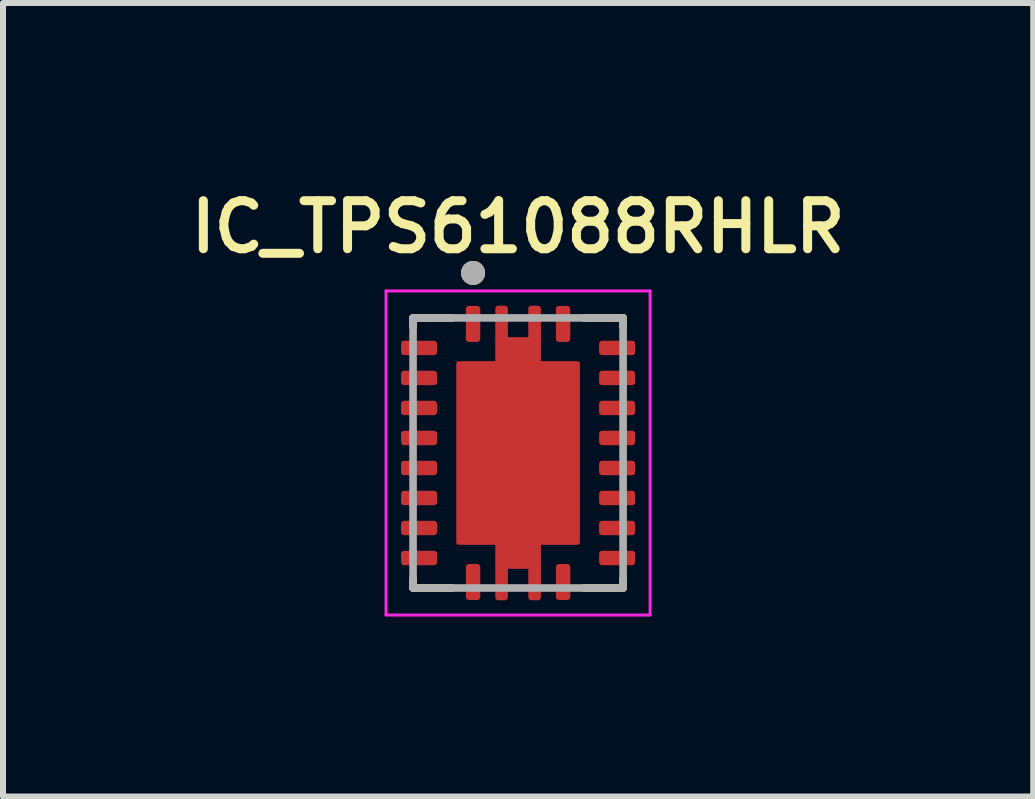
<source format=kicad_pcb>
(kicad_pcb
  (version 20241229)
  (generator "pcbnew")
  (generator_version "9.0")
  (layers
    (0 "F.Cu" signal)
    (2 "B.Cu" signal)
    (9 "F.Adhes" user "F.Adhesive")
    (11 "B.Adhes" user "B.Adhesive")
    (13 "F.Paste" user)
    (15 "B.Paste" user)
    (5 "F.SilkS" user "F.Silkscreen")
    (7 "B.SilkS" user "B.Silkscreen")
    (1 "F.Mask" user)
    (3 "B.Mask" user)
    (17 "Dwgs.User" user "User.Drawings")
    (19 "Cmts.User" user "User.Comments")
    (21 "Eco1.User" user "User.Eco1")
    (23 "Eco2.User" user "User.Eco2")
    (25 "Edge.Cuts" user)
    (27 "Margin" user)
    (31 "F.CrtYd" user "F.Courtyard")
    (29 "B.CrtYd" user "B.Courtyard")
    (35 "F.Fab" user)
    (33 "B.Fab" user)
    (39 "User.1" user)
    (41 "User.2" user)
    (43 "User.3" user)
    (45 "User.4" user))
  (footprint "IC_TPS61088RHLR"
    (layer "F.Cu")
    (at 5.583 4.498)
    (property "Reference" "IC_TPS61088RHLR" (at 0 -3.766 0) (layer "F.SilkS") (effects (font (size 0.801 0.801) (thickness 0.15))))
    (attr smd)
    (fp_poly (pts (xy -0.477 -1.627) (xy -0.477 -2.4) (xy -0.477 -2.408) (xy -0.476 -2.416) (xy -0.475 -2.424) (xy -0.474 -2.432) (xy -0.472 -2.439) (xy -0.47 -2.447) (xy -0.467 -2.454) (xy -0.464 -2.462) (xy -0.46 -2.469) (xy -0.457 -2.476) (xy -0.452 -2.483) (xy -0.448 -2.489) (xy -0.443 -2.496) (xy -0.438 -2.502) (xy -0.432 -2.507) (xy -0.427 -2.513) (xy -0.421 -2.518) (xy -0.414 -2.523) (xy -0.408 -2.527) (xy -0.401 -2.532) (xy -0.394 -2.535) (xy -0.387 -2.539) (xy -0.379 -2.542) (xy -0.372 -2.545) (xy -0.364 -2.547) (xy -0.357 -2.549) (xy -0.349 -2.55) (xy -0.341 -2.551) (xy -0.333 -2.552) (xy -0.325 -2.552) (xy -0.225 -2.552) (xy -0.217 -2.552) (xy -0.209 -2.551) (xy -0.201 -2.55) (xy -0.193 -2.549) (xy -0.186 -2.547) (xy -0.178 -2.545) (xy -0.171 -2.542) (xy -0.163 -2.539) (xy -0.156 -2.535) (xy -0.149 -2.532) (xy -0.142 -2.527) (xy -0.136 -2.523) (xy -0.129 -2.518) (xy -0.123 -2.513) (xy -0.118 -2.507) (xy -0.112 -2.502) (xy -0.107 -2.496) (xy -0.102 -2.489) (xy -0.098 -2.483) (xy -0.093 -2.476) (xy -0.09 -2.469) (xy -0.086 -2.462) (xy -0.083 -2.454) (xy -0.08 -2.447) (xy -0.078 -2.439) (xy -0.076 -2.432) (xy -0.075 -2.424) (xy -0.074 -2.416) (xy -0.073 -2.408) (xy -0.073 -2.4) (xy -0.073 -2.027) (xy 0.072 -2.027) (xy 0.073 -2.027) (xy 0.073 -2.402) (xy 0.073 -2.41) (xy 0.074 -2.418) (xy 0.075 -2.425) (xy 0.076 -2.433) (xy 0.078 -2.441) (xy 0.08 -2.448) (xy 0.083 -2.456) (xy 0.086 -2.463) (xy 0.089 -2.47) (xy 0.093 -2.477) (xy 0.097 -2.484) (xy 0.102 -2.49) (xy 0.106 -2.496) (xy 0.112 -2.502) (xy 0.117 -2.508) (xy 0.123 -2.513) (xy 0.129 -2.519) (xy 0.135 -2.523) (xy 0.141 -2.528) (xy 0.148 -2.532) (xy 0.155 -2.536) (xy 0.162 -2.539) (xy 0.169 -2.542) (xy 0.177 -2.545) (xy 0.184 -2.547) (xy 0.192 -2.549) (xy 0.2 -2.55) (xy 0.207 -2.551) (xy 0.215 -2.552) (xy 0.223 -2.552) (xy 0.326 -2.552) (xy 0.334 -2.552) (xy 0.342 -2.551) (xy 0.35 -2.55) (xy 0.357 -2.549) (xy 0.365 -2.547) (xy 0.373 -2.545) (xy 0.38 -2.542) (xy 0.387 -2.539) (xy 0.395 -2.536) (xy 0.401 -2.532) (xy 0.408 -2.528) (xy 0.415 -2.523) (xy 0.421 -2.518) (xy 0.427 -2.513) (xy 0.433 -2.508) (xy 0.438 -2.502) (xy 0.443 -2.496) (xy 0.448 -2.49) (xy 0.453 -2.483) (xy 0.457 -2.476) (xy 0.461 -2.47) (xy 0.464 -2.462) (xy 0.467 -2.455) (xy 0.47 -2.448) (xy 0.472 -2.44) (xy 0.474 -2.432) (xy 0.475 -2.425) (xy 0.476 -2.417) (xy 0.477 -2.409) (xy 0.477 -2.401) (xy 0.477 -1.627) (xy 0.975 -1.627) (xy 0.983 -1.627) (xy 0.991 -1.626) (xy 0.999 -1.625) (xy 1.007 -1.624) (xy 1.014 -1.622) (xy 1.022 -1.62) (xy 1.029 -1.617) (xy 1.037 -1.614) (xy 1.044 -1.61) (xy 1.051 -1.607) (xy 1.058 -1.602) (xy 1.064 -1.598) (xy 1.071 -1.593) (xy 1.077 -1.588) (xy 1.082 -1.582) (xy 1.088 -1.577) (xy 1.093 -1.571) (xy 1.098 -1.564) (xy 1.102 -1.558) (xy 1.107 -1.551) (xy 1.11 -1.544) (xy 1.114 -1.537) (xy 1.117 -1.529) (xy 1.12 -1.522) (xy 1.122 -1.514) (xy 1.124 -1.507) (xy 1.125 -1.499) (xy 1.126 -1.491) (xy 1.127 -1.483) (xy 1.127 -1.475) (xy 1.127 1.476) (xy 1.127 1.484) (xy 1.126 1.492) (xy 1.125 1.499) (xy 1.124 1.507) (xy 1.122 1.515) (xy 1.12 1.522) (xy 1.117 1.53) (xy 1.114 1.537) (xy 1.111 1.544) (xy 1.107 1.551) (xy 1.103 1.558) (xy 1.098 1.564) (xy 1.094 1.57) (xy 1.088 1.576) (xy 1.083 1.582) (xy 1.077 1.587) (xy 1.071 1.593) (xy 1.065 1.597) (xy 1.059 1.602) (xy 1.052 1.606) (xy 1.045 1.61) (xy 1.038 1.613) (xy 1.031 1.616) (xy 1.023 1.619) (xy 1.016 1.621) (xy 1.008 1.623) (xy 1 1.624) (xy 0.993 1.625) (xy 0.985 1.626) (xy 0.977 1.626) (xy 0.478 1.626) (xy 0.477 1.626) (xy 0.477 1.627) (xy 0.477 2.401) (xy 0.477 2.409) (xy 0.476 2.417) (xy 0.475 2.424) (xy 0.474 2.432) (xy 0.472 2.44) (xy 0.47 2.447) (xy 0.467 2.455) (xy 0.464 2.462) (xy 0.461 2.469) (xy 0.457 2.476) (xy 0.453 2.483) (xy 0.448 2.489) (xy 0.444 2.495) (xy 0.438 2.501) (xy 0.433 2.507) (xy 0.427 2.512) (xy 0.421 2.518) (xy 0.415 2.522) (xy 0.409 2.527) (xy 0.402 2.531) (xy 0.395 2.535) (xy 0.388 2.538) (xy 0.381 2.541) (xy 0.373 2.544) (xy 0.366 2.546) (xy 0.358 2.548) (xy 0.35 2.549) (xy 0.343 2.55) (xy 0.335 2.551) (xy 0.327 2.551) (xy 0.222 2.551) (xy 0.214 2.551) (xy 0.206 2.55) (xy 0.199 2.549) (xy 0.191 2.548) (xy 0.183 2.546) (xy 0.176 2.544) (xy 0.169 2.541) (xy 0.161 2.538) (xy 0.154 2.535) (xy 0.147 2.531) (xy 0.141 2.527) (xy 0.134 2.523) (xy 0.128 2.518) (xy 0.122 2.513) (xy 0.117 2.507) (xy 0.111 2.502) (xy 0.106 2.496) (xy 0.101 2.49) (xy 0.097 2.483) (xy 0.093 2.477) (xy 0.089 2.47) (xy 0.086 2.463) (xy 0.083 2.455) (xy 0.08 2.448) (xy 0.078 2.441) (xy 0.076 2.433) (xy 0.075 2.425) (xy 0.074 2.418) (xy 0.073 2.41) (xy 0.073 2.402) (xy 0.073 2.027) (xy -0.072 2.027) (xy -0.073 2.027) (xy -0.073 2.028) (xy -0.073 2.401) (xy -0.073 2.409) (xy -0.074 2.417) (xy -0.075 2.424) (xy -0.076 2.432) (xy -0.078 2.44) (xy -0.08 2.447) (xy -0.083 2.455) (xy -0.086 2.462) (xy -0.089 2.469) (xy -0.093 2.476) (xy -0.097 2.483) (xy -0.102 2.489) (xy -0.106 2.495) (xy -0.112 2.501) (xy -0.117 2.507) (xy -0.123 2.512) (xy -0.129 2.518) (xy -0.135 2.522) (xy -0.141 2.527) (xy -0.148 2.531) (xy -0.155 2.535) (xy -0.162 2.538) (xy -0.169 2.541) (xy -0.177 2.544) (xy -0.184 2.546) (xy -0.192 2.548) (xy -0.2 2.549) (xy -0.207 2.55) (xy -0.215 2.551) (xy -0.223 2.551) (xy -0.329 2.551) (xy -0.337 2.551) (xy -0.344 2.55) (xy -0.352 2.549) (xy -0.36 2.548) (xy -0.367 2.546) (xy -0.375 2.544) (xy -0.382 2.541) (xy -0.389 2.538) (xy -0.396 2.535) (xy -0.403 2.531) (xy -0.41 2.527) (xy -0.416 2.523) (xy -0.422 2.518) (xy -0.428 2.513) (xy -0.434 2.508) (xy -0.439 2.502) (xy -0.444 2.496) (xy -0.449 2.49) (xy -0.453 2.484) (xy -0.457 2.477) (xy -0.461 2.47) (xy -0.464 2.463) (xy -0.467 2.456) (xy -0.47 2.449) (xy -0.472 2.441) (xy -0.474 2.434) (xy -0.475 2.426) (xy -0.476 2.418) (xy -0.477 2.411) (xy -0.477 2.403) (xy -0.477 1.627) (xy -0.975 1.627) (xy -0.983 1.627) (xy -0.991 1.626) (xy -0.999 1.625) (xy -1.007 1.624) (xy -1.014 1.622) (xy -1.022 1.62) (xy -1.029 1.617) (xy -1.037 1.614) (xy -1.044 1.61) (xy -1.051 1.607) (xy -1.058 1.602) (xy -1.064 1.598) (xy -1.071 1.593) (xy -1.077 1.588) (xy -1.082 1.582) (xy -1.088 1.577) (xy -1.093 1.571) (xy -1.098 1.564) (xy -1.102 1.558) (xy -1.107 1.551) (xy -1.11 1.544) (xy -1.114 1.537) (xy -1.117 1.529) (xy -1.12 1.522) (xy -1.122 1.514) (xy -1.124 1.507) (xy -1.125 1.499) (xy -1.126 1.491) (xy -1.127 1.483) (xy -1.127 1.475) (xy -1.127 -1.474) (xy -1.127 -1.482) (xy -1.126 -1.49) (xy -1.125 -1.498) (xy -1.124 -1.506) (xy -1.122 -1.513) (xy -1.12 -1.521) (xy -1.117 -1.528) (xy -1.114 -1.536) (xy -1.11 -1.543) (xy -1.107 -1.55) (xy -1.102 -1.557) (xy -1.098 -1.563) (xy -1.093 -1.57) (xy -1.088 -1.576) (xy -1.082 -1.581) (xy -1.077 -1.587) (xy -1.071 -1.592) (xy -1.064 -1.597) (xy -1.058 -1.601) (xy -1.051 -1.606) (xy -1.044 -1.609) (xy -1.037 -1.613) (xy -1.029 -1.616) (xy -1.022 -1.619) (xy -1.014 -1.621) (xy -1.007 -1.623) (xy -0.999 -1.624) (xy -0.991 -1.625) (xy -0.983 -1.626) (xy -0.975 -1.626) (xy -0.478 -1.626) (xy -0.477 -1.626) (xy -0.477 -1.627)) (stroke (width 0.01) (type solid)) (fill yes) (layer "F.Mask"))
    (fp_line (start -1.75 -2.25) (end -1.1 -2.25) (stroke (width 0.127) (type solid)) (layer "F.SilkS"))
    (fp_line (start -1.75 -2.1) (end -1.75 -2.25) (stroke (width 0.127) (type solid)) (layer "F.SilkS"))
    (fp_line (start -1.75 2.1) (end -1.75 2.25) (stroke (width 0.127) (type solid)) (layer "F.SilkS"))
    (fp_line (start -1.75 2.25) (end -1.1 2.25) (stroke (width 0.127) (type solid)) (layer "F.SilkS"))
    (fp_line (start 1.1 -2.25) (end 1.75 -2.25) (stroke (width 0.127) (type solid)) (layer "F.SilkS"))
    (fp_line (start 1.1 2.25) (end 1.75 2.25) (stroke (width 0.127) (type solid)) (layer "F.SilkS"))
    (fp_line (start 1.75 -2.25) (end 1.75 -2.1) (stroke (width 0.127) (type solid)) (layer "F.SilkS"))
    (fp_line (start 1.75 2.25) (end 1.75 2.1) (stroke (width 0.127) (type solid)) (layer "F.SilkS"))
    (fp_circle (center -0.75 -3) (end -0.65 -3) (stroke (width 0.2) (type solid)) (fill no) (layer "F.SilkS"))
    (fp_poly (pts (xy -1.02 -0.625) (xy -0.1 -0.625) (xy -0.1 -1.475) (xy -1.02 -1.475)) (stroke (width 0.01) (type solid)) (fill yes) (layer "F.Paste"))
    (fp_poly (pts (xy -1.02 0.425) (xy -0.1 0.425) (xy -0.1 -0.425) (xy -1.02 -0.425)) (stroke (width 0.01) (type solid)) (fill yes) (layer "F.Paste"))
    (fp_poly (pts (xy -1.02 1.475) (xy -0.1 1.475) (xy -0.1 0.625) (xy -1.02 0.625)) (stroke (width 0.01) (type solid)) (fill yes) (layer "F.Paste"))
    (fp_poly (pts (xy 0.1 -0.625) (xy 1.02 -0.625) (xy 1.02 -1.475) (xy 0.1 -1.475)) (stroke (width 0.01) (type solid)) (fill yes) (layer "F.Paste"))
    (fp_poly (pts (xy 0.1 0.425) (xy 1.02 0.425) (xy 1.02 -0.425) (xy 0.1 -0.425)) (stroke (width 0.01) (type solid)) (fill yes) (layer "F.Paste"))
    (fp_poly (pts (xy 0.1 1.475) (xy 1.02 1.475) (xy 1.02 0.625) (xy 0.1 0.625)) (stroke (width 0.01) (type solid)) (fill yes) (layer "F.Paste"))
    (fp_poly (pts (xy -0.375 -1.675) (xy -0.375 -2.4) (xy -0.375 -2.403) (xy -0.375 -2.405) (xy -0.374 -2.408) (xy -0.374 -2.41) (xy -0.373 -2.413) (xy -0.373 -2.415) (xy -0.372 -2.418) (xy -0.371 -2.42) (xy -0.37 -2.423) (xy -0.368 -2.425) (xy -0.367 -2.427) (xy -0.365 -2.429) (xy -0.364 -2.431) (xy -0.362 -2.433) (xy -0.36 -2.435) (xy -0.358 -2.437) (xy -0.356 -2.439) (xy -0.354 -2.44) (xy -0.352 -2.442) (xy -0.35 -2.443) (xy -0.348 -2.445) (xy -0.345 -2.446) (xy -0.343 -2.447) (xy -0.34 -2.448) (xy -0.338 -2.448) (xy -0.335 -2.449) (xy -0.333 -2.449) (xy -0.33 -2.45) (xy -0.328 -2.45) (xy -0.325 -2.45) (xy -0.225 -2.45) (xy -0.222 -2.45) (xy -0.22 -2.45) (xy -0.217 -2.449) (xy -0.215 -2.449) (xy -0.212 -2.448) (xy -0.21 -2.448) (xy -0.207 -2.447) (xy -0.205 -2.446) (xy -0.202 -2.445) (xy -0.2 -2.443) (xy -0.198 -2.442) (xy -0.196 -2.44) (xy -0.194 -2.439) (xy -0.192 -2.437) (xy -0.19 -2.435) (xy -0.188 -2.433) (xy -0.186 -2.431) (xy -0.185 -2.429) (xy -0.183 -2.427) (xy -0.182 -2.425) (xy -0.18 -2.423) (xy -0.179 -2.42) (xy -0.178 -2.418) (xy -0.177 -2.415) (xy -0.177 -2.413) (xy -0.176 -2.41) (xy -0.176 -2.408) (xy -0.175 -2.405) (xy -0.175 -2.403) (xy -0.175 -2.4) (xy -0.175 -1.925) (xy 0.175 -1.925) (xy 0.175 -2.4) (xy 0.175 -2.403) (xy 0.175 -2.405) (xy 0.176 -2.408) (xy 0.176 -2.41) (xy 0.177 -2.413) (xy 0.177 -2.415) (xy 0.178 -2.418) (xy 0.179 -2.42) (xy 0.18 -2.423) (xy 0.182 -2.425) (xy 0.183 -2.427) (xy 0.185 -2.429) (xy 0.186 -2.431) (xy 0.188 -2.433) (xy 0.19 -2.435) (xy 0.192 -2.437) (xy 0.194 -2.439) (xy 0.196 -2.44) (xy 0.198 -2.442) (xy 0.2 -2.443) (xy 0.202 -2.445) (xy 0.205 -2.446) (xy 0.207 -2.447) (xy 0.21 -2.448) (xy 0.212 -2.448) (xy 0.215 -2.449) (xy 0.217 -2.449) (xy 0.22 -2.45) (xy 0.222 -2.45) (xy 0.225 -2.45) (xy 0.325 -2.45) (xy 0.328 -2.45) (xy 0.33 -2.45) (xy 0.333 -2.449) (xy 0.335 -2.449) (xy 0.338 -2.448) (xy 0.34 -2.448) (xy 0.343 -2.447) (xy 0.345 -2.446) (xy 0.348 -2.445) (xy 0.35 -2.443) (xy 0.352 -2.442) (xy 0.354 -2.44) (xy 0.356 -2.439) (xy 0.358 -2.437) (xy 0.36 -2.435) (xy 0.362 -2.433) (xy 0.364 -2.431) (xy 0.365 -2.429) (xy 0.367 -2.427) (xy 0.368 -2.425) (xy 0.37 -2.423) (xy 0.371 -2.42) (xy 0.372 -2.418) (xy 0.373 -2.415) (xy 0.373 -2.413) (xy 0.374 -2.41) (xy 0.374 -2.408) (xy 0.375 -2.405) (xy 0.375 -2.403) (xy 0.375 -2.4) (xy 0.375 -1.675) (xy -0.375 -1.675)) (stroke (width 0.01) (type solid)) (fill yes) (layer "F.Paste"))
    (fp_poly (pts (xy 0.375 1.675) (xy 0.375 2.4) (xy 0.375 2.403) (xy 0.375 2.405) (xy 0.374 2.408) (xy 0.374 2.41) (xy 0.373 2.413) (xy 0.373 2.415) (xy 0.372 2.418) (xy 0.371 2.42) (xy 0.37 2.423) (xy 0.368 2.425) (xy 0.367 2.427) (xy 0.365 2.429) (xy 0.364 2.431) (xy 0.362 2.433) (xy 0.36 2.435) (xy 0.358 2.437) (xy 0.356 2.439) (xy 0.354 2.44) (xy 0.352 2.442) (xy 0.35 2.443) (xy 0.348 2.445) (xy 0.345 2.446) (xy 0.343 2.447) (xy 0.34 2.448) (xy 0.338 2.448) (xy 0.335 2.449) (xy 0.333 2.449) (xy 0.33 2.45) (xy 0.328 2.45) (xy 0.325 2.45) (xy 0.225 2.45) (xy 0.222 2.45) (xy 0.22 2.45) (xy 0.217 2.449) (xy 0.215 2.449) (xy 0.212 2.448) (xy 0.21 2.448) (xy 0.207 2.447) (xy 0.205 2.446) (xy 0.202 2.445) (xy 0.2 2.443) (xy 0.198 2.442) (xy 0.196 2.44) (xy 0.194 2.439) (xy 0.192 2.437) (xy 0.19 2.435) (xy 0.188 2.433) (xy 0.186 2.431) (xy 0.185 2.429) (xy 0.183 2.427) (xy 0.182 2.425) (xy 0.18 2.423) (xy 0.179 2.42) (xy 0.178 2.418) (xy 0.177 2.415) (xy 0.177 2.413) (xy 0.176 2.41) (xy 0.176 2.408) (xy 0.175 2.405) (xy 0.175 2.403) (xy 0.175 2.4) (xy 0.175 1.925) (xy -0.175 1.925) (xy -0.175 2.4) (xy -0.175 2.403) (xy -0.175 2.405) (xy -0.176 2.408) (xy -0.176 2.41) (xy -0.177 2.413) (xy -0.177 2.415) (xy -0.178 2.418) (xy -0.179 2.42) (xy -0.18 2.423) (xy -0.182 2.425) (xy -0.183 2.427) (xy -0.185 2.429) (xy -0.186 2.431) (xy -0.188 2.433) (xy -0.19 2.435) (xy -0.192 2.437) (xy -0.194 2.439) (xy -0.196 2.44) (xy -0.198 2.442) (xy -0.2 2.443) (xy -0.202 2.445) (xy -0.205 2.446) (xy -0.207 2.447) (xy -0.21 2.448) (xy -0.212 2.448) (xy -0.215 2.449) (xy -0.217 2.449) (xy -0.22 2.45) (xy -0.222 2.45) (xy -0.225 2.45) (xy -0.325 2.45) (xy -0.328 2.45) (xy -0.33 2.45) (xy -0.333 2.449) (xy -0.335 2.449) (xy -0.338 2.448) (xy -0.34 2.448) (xy -0.343 2.447) (xy -0.345 2.446) (xy -0.348 2.445) (xy -0.35 2.443) (xy -0.352 2.442) (xy -0.354 2.44) (xy -0.356 2.439) (xy -0.358 2.437) (xy -0.36 2.435) (xy -0.362 2.433) (xy -0.364 2.431) (xy -0.365 2.429) (xy -0.367 2.427) (xy -0.368 2.425) (xy -0.37 2.423) (xy -0.371 2.42) (xy -0.372 2.418) (xy -0.373 2.415) (xy -0.373 2.413) (xy -0.374 2.41) (xy -0.374 2.408) (xy -0.375 2.405) (xy -0.375 2.403) (xy -0.375 2.4) (xy -0.375 1.675) (xy 0.375 1.675)) (stroke (width 0.01) (type solid)) (fill yes) (layer "F.Paste"))
    (fp_line (start -2.2 -2.7) (end -2.2 2.7) (stroke (width 0.05) (type solid)) (layer "F.CrtYd"))
    (fp_line (start -2.2 2.7) (end 2.2 2.7) (stroke (width 0.05) (type solid)) (layer "F.CrtYd"))
    (fp_line (start 2.2 -2.7) (end -2.2 -2.7) (stroke (width 0.05) (type solid)) (layer "F.CrtYd"))
    (fp_line (start 2.2 2.7) (end 2.2 -2.7) (stroke (width 0.05) (type solid)) (layer "F.CrtYd"))
    (fp_line (start -1.75 -2.25) (end 1.75 -2.25) (stroke (width 0.127) (type solid)) (layer "F.Fab"))
    (fp_line (start -1.75 2.25) (end -1.75 -2.25) (stroke (width 0.127) (type solid)) (layer "F.Fab"))
    (fp_line (start 1.75 -2.25) (end 1.75 2.25) (stroke (width 0.127) (type solid)) (layer "F.Fab"))
    (fp_line (start 1.75 2.25) (end -1.75 2.25) (stroke (width 0.127) (type solid)) (layer "F.Fab"))
    (fp_circle (center -0.75 -3) (end -0.65 -3) (stroke (width 0.2) (type solid)) (fill no) (layer "F.Fab"))
    (pad "1" smd roundrect (at -0.75 -2.15) (size 0.24 0.6) (layers "F.Cu" "F.Mask" "F.Paste") (roundrect_rratio 0.21))
    (pad "2" smd roundrect (at -1.65 -1.75) (size 0.6 0.24) (layers "F.Cu" "F.Mask" "F.Paste") (roundrect_rratio 0.21))
    (pad "3" smd roundrect (at -1.65 -1.25) (size 0.6 0.24) (layers "F.Cu" "F.Mask" "F.Paste") (roundrect_rratio 0.21))
    (pad "4" smd roundrect (at -1.65 -0.75) (size 0.6 0.24) (layers "F.Cu" "F.Mask" "F.Paste") (roundrect_rratio 0.21))
    (pad "5" smd roundrect (at -1.65 -0.25) (size 0.6 0.24) (layers "F.Cu" "F.Mask" "F.Paste") (roundrect_rratio 0.21))
    (pad "6" smd roundrect (at -1.65 0.25) (size 0.6 0.24) (layers "F.Cu" "F.Mask" "F.Paste") (roundrect_rratio 0.21))
    (pad "7" smd roundrect (at -1.65 0.75) (size 0.6 0.24) (layers "F.Cu" "F.Mask" "F.Paste") (roundrect_rratio 0.21))
    (pad "8" smd roundrect (at -1.65 1.25) (size 0.6 0.24) (layers "F.Cu" "F.Mask" "F.Paste") (roundrect_rratio 0.21))
    (pad "9" smd roundrect (at -1.65 1.75) (size 0.6 0.24) (layers "F.Cu" "F.Mask" "F.Paste") (roundrect_rratio 0.21))
    (pad "10" smd roundrect (at -0.75 2.15) (size 0.24 0.6) (layers "F.Cu" "F.Mask" "F.Paste") (roundrect_rratio 0.21))
    (pad "11" smd roundrect (at 0.75 2.15) (size 0.24 0.6) (layers "F.Cu" "F.Mask" "F.Paste") (roundrect_rratio 0.21))
    (pad "12" smd roundrect (at 1.65 1.75) (size 0.6 0.24) (layers "F.Cu" "F.Mask" "F.Paste") (roundrect_rratio 0.21))
    (pad "13" smd roundrect (at 1.65 1.25) (size 0.6 0.24) (layers "F.Cu" "F.Mask" "F.Paste") (roundrect_rratio 0.21))
    (pad "14" smd roundrect (at 1.65 0.75) (size 0.6 0.24) (layers "F.Cu" "F.Mask" "F.Paste") (roundrect_rratio 0.21))
    (pad "15" smd roundrect (at 1.65 0.25) (size 0.6 0.24) (layers "F.Cu" "F.Mask" "F.Paste") (roundrect_rratio 0.21))
    (pad "16" smd roundrect (at 1.65 -0.25) (size 0.6 0.24) (layers "F.Cu" "F.Mask" "F.Paste") (roundrect_rratio 0.21))
    (pad "17" smd roundrect (at 1.65 -0.75) (size 0.6 0.24) (layers "F.Cu" "F.Mask" "F.Paste") (roundrect_rratio 0.21))
    (pad "18" smd roundrect (at 1.65 -1.25) (size 0.6 0.24) (layers "F.Cu" "F.Mask" "F.Paste") (roundrect_rratio 0.21))
    (pad "19" smd roundrect (at 1.65 -1.75) (size 0.6 0.24) (layers "F.Cu" "F.Mask" "F.Paste") (roundrect_rratio 0.21))
    (pad "20" smd roundrect (at 0.75 -2.15) (size 0.24 0.6) (layers "F.Cu" "F.Mask" "F.Paste") (roundrect_rratio 0.21))
    (pad "21" smd custom (at 0 0) (size 2.05 3.05) (layers "F.Cu" "F.Mask") (options (anchor rect)) (primitives (gr_poly (pts (xy -0.375 -1.525) (xy -0.375 -2.4) (xy -0.375 -2.403) (xy -0.375 -2.405) (xy -0.374 -2.408) (xy -0.374 -2.41) (xy -0.373 -2.413) (xy -0.373 -2.415) (xy -0.372 -2.418) (xy -0.371 -2.42) (xy -0.37 -2.423) (xy -0.368 -2.425) (xy -0.367 -2.427) (xy -0.365 -2.429) (xy -0.364 -2.431) (xy -0.362 -2.433) (xy -0.36 -2.435) (xy -0.358 -2.437) (xy -0.356 -2.439) (xy -0.354 -2.44) (xy -0.352 -2.442) (xy -0.35 -2.443) (xy -0.348 -2.445) (xy -0.345 -2.446) (xy -0.343 -2.447) (xy -0.34 -2.448) (xy -0.338 -2.448) (xy -0.335 -2.449) (xy -0.333 -2.449) (xy -0.33 -2.45) (xy -0.328 -2.45) (xy -0.325 -2.45) (xy -0.225 -2.45) (xy -0.222 -2.45) (xy -0.22 -2.45) (xy -0.217 -2.449) (xy -0.215 -2.449) (xy -0.212 -2.448) (xy -0.21 -2.448) (xy -0.207 -2.447) (xy -0.205 -2.446) (xy -0.202 -2.445) (xy -0.2 -2.443) (xy -0.198 -2.442) (xy -0.196 -2.44) (xy -0.194 -2.439) (xy -0.192 -2.437) (xy -0.19 -2.435) (xy -0.188 -2.433) (xy -0.186 -2.431) (xy -0.185 -2.429) (xy -0.183 -2.427) (xy -0.182 -2.425) (xy -0.18 -2.423) (xy -0.179 -2.42) (xy -0.178 -2.418) (xy -0.177 -2.415) (xy -0.177 -2.413) (xy -0.176 -2.41) (xy -0.176 -2.408) (xy -0.175 -2.405) (xy -0.175 -2.403) (xy -0.175 -2.4) (xy -0.175 -1.925) (xy 0.175 -1.925) (xy 0.175 -2.4) (xy 0.175 -2.403) (xy 0.175 -2.405) (xy 0.176 -2.408) (xy 0.176 -2.41) (xy 0.177 -2.413) (xy 0.177 -2.415) (xy 0.178 -2.418) (xy 0.179 -2.42) (xy 0.18 -2.423) (xy 0.182 -2.425) (xy 0.183 -2.427) (xy 0.185 -2.429) (xy 0.186 -2.431) (xy 0.188 -2.433) (xy 0.19 -2.435) (xy 0.192 -2.437) (xy 0.194 -2.439) (xy 0.196 -2.44) (xy 0.198 -2.442) (xy 0.2 -2.443) (xy 0.202 -2.445) (xy 0.205 -2.446) (xy 0.207 -2.447) (xy 0.21 -2.448) (xy 0.212 -2.448) (xy 0.215 -2.449) (xy 0.217 -2.449) (xy 0.22 -2.45) (xy 0.222 -2.45) (xy 0.225 -2.45) (xy 0.325 -2.45) (xy 0.328 -2.45) (xy 0.33 -2.45) (xy 0.333 -2.449) (xy 0.335 -2.449) (xy 0.338 -2.448) (xy 0.34 -2.448) (xy 0.343 -2.447) (xy 0.345 -2.446) (xy 0.348 -2.445) (xy 0.35 -2.443) (xy 0.352 -2.442) (xy 0.354 -2.44) (xy 0.356 -2.439) (xy 0.358 -2.437) (xy 0.36 -2.435) (xy 0.362 -2.433) (xy 0.364 -2.431) (xy 0.365 -2.429) (xy 0.367 -2.427) (xy 0.368 -2.425) (xy 0.37 -2.423) (xy 0.371 -2.42) (xy 0.372 -2.418) (xy 0.373 -2.415) (xy 0.373 -2.413) (xy 0.374 -2.41) (xy 0.374 -2.408) (xy 0.375 -2.405) (xy 0.375 -2.403) (xy 0.375 -2.4) (xy 0.375 -1.525) (xy 0.975 -1.525) (xy 0.978 -1.525) (xy 0.98 -1.525) (xy 0.983 -1.524) (xy 0.985 -1.524) (xy 0.988 -1.523) (xy 0.99 -1.523) (xy 0.993 -1.522) (xy 0.995 -1.521) (xy 0.998 -1.52) (xy 1 -1.518) (xy 1.002 -1.517) (xy 1.004 -1.515) (xy 1.006 -1.514) (xy 1.008 -1.512) (xy 1.01 -1.51) (xy 1.012 -1.508) (xy 1.014 -1.506) (xy 1.015 -1.504) (xy 1.017 -1.502) (xy 1.018 -1.5) (xy 1.02 -1.498) (xy 1.021 -1.495) (xy 1.022 -1.493) (xy 1.023 -1.49) (xy 1.023 -1.488) (xy 1.024 -1.485) (xy 1.024 -1.483) (xy 1.025 -1.48) (xy 1.025 -1.478) (xy 1.025 -1.475) (xy 1.025 1.475) (xy 1.025 1.478) (xy 1.025 1.48) (xy 1.024 1.483) (xy 1.024 1.485) (xy 1.023 1.488) (xy 1.023 1.49) (xy 1.022 1.493) (xy 1.021 1.495) (xy 1.02 1.498) (xy 1.018 1.5) (xy 1.017 1.502) (xy 1.015 1.504) (xy 1.014 1.506) (xy 1.012 1.508) (xy 1.01 1.51) (xy 1.008 1.512) (xy 1.006 1.514) (xy 1.004 1.515) (xy 1.002 1.517) (xy 1 1.518) (xy 0.998 1.52) (xy 0.995 1.521) (xy 0.993 1.522) (xy 0.99 1.523) (xy 0.988 1.523) (xy 0.985 1.524) (xy 0.983 1.524) (xy 0.98 1.525) (xy 0.978 1.525) (xy 0.975 1.525) (xy 0.375 1.525) (xy 0.375 2.4) (xy 0.375 2.403) (xy 0.375 2.405) (xy 0.374 2.408) (xy 0.374 2.41) (xy 0.373 2.413) (xy 0.373 2.415) (xy 0.372 2.418) (xy 0.371 2.42) (xy 0.37 2.423) (xy 0.368 2.425) (xy 0.367 2.427) (xy 0.365 2.429) (xy 0.364 2.431) (xy 0.362 2.433) (xy 0.36 2.435) (xy 0.358 2.437) (xy 0.356 2.439) (xy 0.354 2.44) (xy 0.352 2.442) (xy 0.35 2.443) (xy 0.348 2.445) (xy 0.345 2.446) (xy 0.343 2.447) (xy 0.34 2.448) (xy 0.338 2.448) (xy 0.335 2.449) (xy 0.333 2.449) (xy 0.33 2.45) (xy 0.328 2.45) (xy 0.325 2.45) (xy 0.225 2.45) (xy 0.222 2.45) (xy 0.22 2.45) (xy 0.217 2.449) (xy 0.215 2.449) (xy 0.212 2.448) (xy 0.21 2.448) (xy 0.207 2.447) (xy 0.205 2.446) (xy 0.202 2.445) (xy 0.2 2.443) (xy 0.198 2.442) (xy 0.196 2.44) (xy 0.194 2.439) (xy 0.192 2.437) (xy 0.19 2.435) (xy 0.188 2.433) (xy 0.186 2.431) (xy 0.185 2.429) (xy 0.183 2.427) (xy 0.182 2.425) (xy 0.18 2.423) (xy 0.179 2.42) (xy 0.178 2.418) (xy 0.177 2.415) (xy 0.177 2.413) (xy 0.176 2.41) (xy 0.176 2.408) (xy 0.175 2.405) (xy 0.175 2.403) (xy 0.175 2.4) (xy 0.175 1.925) (xy -0.175 1.925) (xy -0.175 2.4) (xy -0.175 2.403) (xy -0.175 2.405) (xy -0.176 2.408) (xy -0.176 2.41) (xy -0.177 2.413) (xy -0.177 2.415) (xy -0.178 2.418) (xy -0.179 2.42) (xy -0.18 2.423) (xy -0.182 2.425) (xy -0.183 2.427) (xy -0.185 2.429) (xy -0.186 2.431) (xy -0.188 2.433) (xy -0.19 2.435) (xy -0.192 2.437) (xy -0.194 2.439) (xy -0.196 2.44) (xy -0.198 2.442) (xy -0.2 2.443) (xy -0.202 2.445) (xy -0.205 2.446) (xy -0.207 2.447) (xy -0.21 2.448) (xy -0.212 2.448) (xy -0.215 2.449) (xy -0.217 2.449) (xy -0.22 2.45) (xy -0.222 2.45) (xy -0.225 2.45) (xy -0.325 2.45) (xy -0.328 2.45) (xy -0.33 2.45) (xy -0.333 2.449) (xy -0.335 2.449) (xy -0.338 2.448) (xy -0.34 2.448) (xy -0.343 2.447) (xy -0.345 2.446) (xy -0.348 2.445) (xy -0.35 2.443) (xy -0.352 2.442) (xy -0.354 2.44) (xy -0.356 2.439) (xy -0.358 2.437) (xy -0.36 2.435) (xy -0.362 2.433) (xy -0.364 2.431) (xy -0.365 2.429) (xy -0.367 2.427) (xy -0.368 2.425) (xy -0.37 2.423) (xy -0.371 2.42) (xy -0.372 2.418) (xy -0.373 2.415) (xy -0.373 2.413) (xy -0.374 2.41) (xy -0.374 2.408) (xy -0.375 2.405) (xy -0.375 2.403) (xy -0.375 2.4) (xy -0.375 1.525) (xy -0.975 1.525) (xy -0.978 1.525) (xy -0.98 1.525) (xy -0.983 1.524) (xy -0.985 1.524) (xy -0.988 1.523) (xy -0.99 1.523) (xy -0.993 1.522) (xy -0.995 1.521) (xy -0.998 1.52) (xy -1 1.518) (xy -1.002 1.517) (xy -1.004 1.515) (xy -1.006 1.514) (xy -1.008 1.512) (xy -1.01 1.51) (xy -1.012 1.508) (xy -1.014 1.506) (xy -1.015 1.504) (xy -1.017 1.502) (xy -1.018 1.5) (xy -1.02 1.498) (xy -1.021 1.495) (xy -1.022 1.493) (xy -1.023 1.49) (xy -1.023 1.488) (xy -1.024 1.485) (xy -1.024 1.483) (xy -1.025 1.48) (xy -1.025 1.478) (xy -1.025 1.475) (xy -1.025 -1.475) (xy -1.025 -1.478) (xy -1.025 -1.48) (xy -1.024 -1.483) (xy -1.024 -1.485) (xy -1.023 -1.488) (xy -1.023 -1.49) (xy -1.022 -1.493) (xy -1.021 -1.495) (xy -1.02 -1.498) (xy -1.018 -1.5) (xy -1.017 -1.502) (xy -1.015 -1.504) (xy -1.014 -1.506) (xy -1.012 -1.508) (xy -1.01 -1.51) (xy -1.008 -1.512) (xy -1.006 -1.514) (xy -1.004 -1.515) (xy -1.002 -1.517) (xy -1 -1.518) (xy -0.998 -1.52) (xy -0.995 -1.521) (xy -0.993 -1.522) (xy -0.99 -1.523) (xy -0.988 -1.523) (xy -0.985 -1.524) (xy -0.983 -1.524) (xy -0.98 -1.525) (xy -0.978 -1.525) (xy -0.975 -1.525) (xy -0.375 -1.525)) (width 0.01) (fill yes)))))
  (gr_rect
    (start -3 -3)
    (end 14.167 10.223)
    (stroke (width 0.1) (type default))
    (fill no)
    (layer "Edge.Cuts")))
</source>
